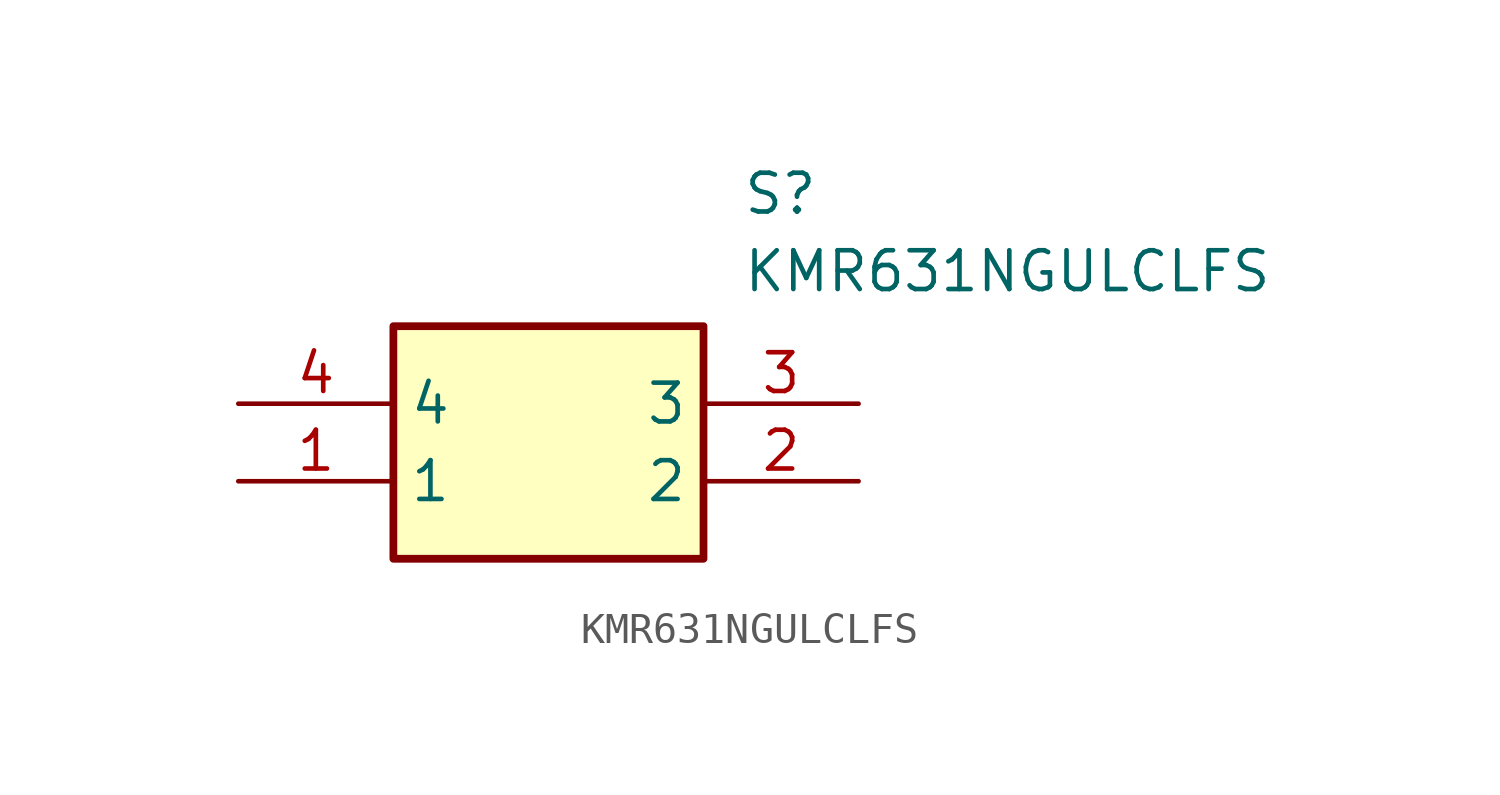
<source format=kicad_sym>
(kicad_symbol_lib
  (version 20211014)
  (generator SamacSys_ECAD_Model)
  (symbol "KMR631NGULCLFS"
    (property "Reference" "S"
      (at 16.51 7.62 0)
      (effects (font (size 1.27 1.27)) (justify left top)))
    (property "Value" "KMR631NGULCLFS"
      (at 16.51 5.08 0)
      (effects (font (size 1.27 1.27)) (justify left top)))
    (rectangle
      (start 5.08 2.54)
      (end 15.24 -5.08)
      (stroke (width 0.254) (type default))
      (fill (type background)))
    (pin passive line
      (at 0 -2.54 0)
      (length 5.08)
      (name "1" (effects (font (size 1.27 1.27))))
      (number "1" (effects (font (size 1.27 1.27)))))
    (pin passive line
      (at 20.32 -2.54 180)
      (length 5.08)
      (name "2" (effects (font (size 1.27 1.27))))
      (number "2" (effects (font (size 1.27 1.27)))))
    (pin passive line
      (at 20.32 0 180)
      (length 5.08)
      (name "3" (effects (font (size 1.27 1.27))))
      (number "3" (effects (font (size 1.27 1.27)))))
    (pin passive line
      (at 0 0 0)
      (length 5.08)
      (name "4" (effects (font (size 1.27 1.27))))
      (number "4" (effects (font (size 1.27 1.27)))))))
</source>
